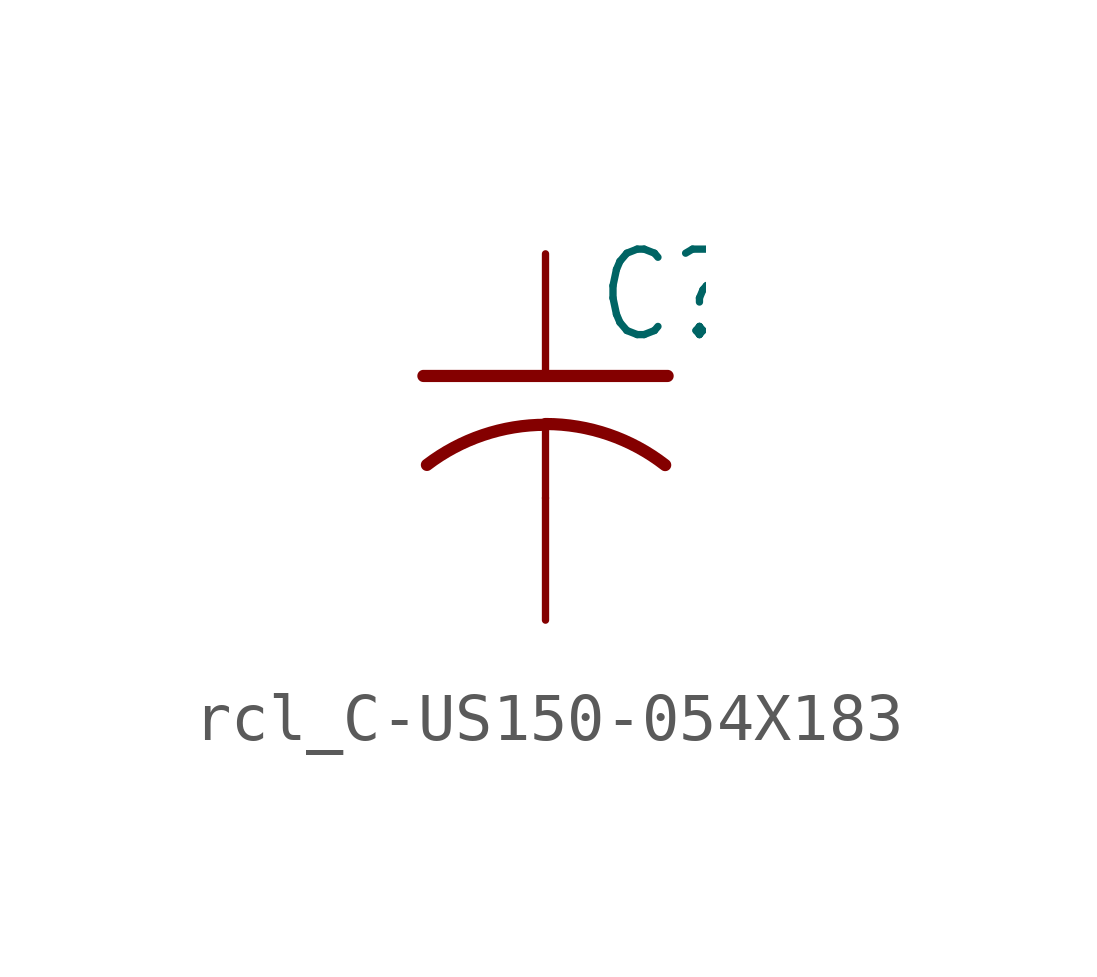
<source format=kicad_sym>
(kicad_symbol_lib
  (version 20231120)
  (generator "kicad_symbol_editor")
  (generator_version "8.0")
  (symbol "rcl_C-US150-054X183"
    (property "Reference" "C"
      (at 1.016 0.635 0)
      (effects (font (size 1.778 1.511)) (justify left bottom)))
    (property "Value" ""
      (at 1.016 -4.191 0)
      (effects (font (size 1.778 1.511)) (justify left bottom)))
    (property "ki_locked" ""
      (at 0 0 0)
      (effects (font (size 1.27 1.27))))
    (symbol "rcl_C-US150-054X183_1_0"
      (arc (start 0 -1.0161) (mid -1.302 -1.2303) (end -2.4668 -1.8504) (stroke (width 0.254) (type solid)) (fill (type none)))
      (polyline (pts (xy -2.54 0) (xy 2.54 0)) (stroke (width 0.254) (type solid)) (fill (type none)))
      (polyline (pts (xy 0 -1.016) (xy 0 -2.54)) (stroke (width 0.152) (type solid)) (fill (type none)))
      (arc (start 2.4892 -1.8541) (mid 1.3158 -1.2194) (end 0 -1) (stroke (width 0.254) (type solid)) (fill (type none)))
      (pin passive line (at 0 2.54 270) (length 2.54) (name "1" (effects (font (size 0 0)))) (number "1" (effects (font (size 0 0)))))
      (pin passive line (at 0 -5.08 90) (length 2.54) (name "2" (effects (font (size 0 0)))) (number "2" (effects (font (size 0 0))))))))
</source>
